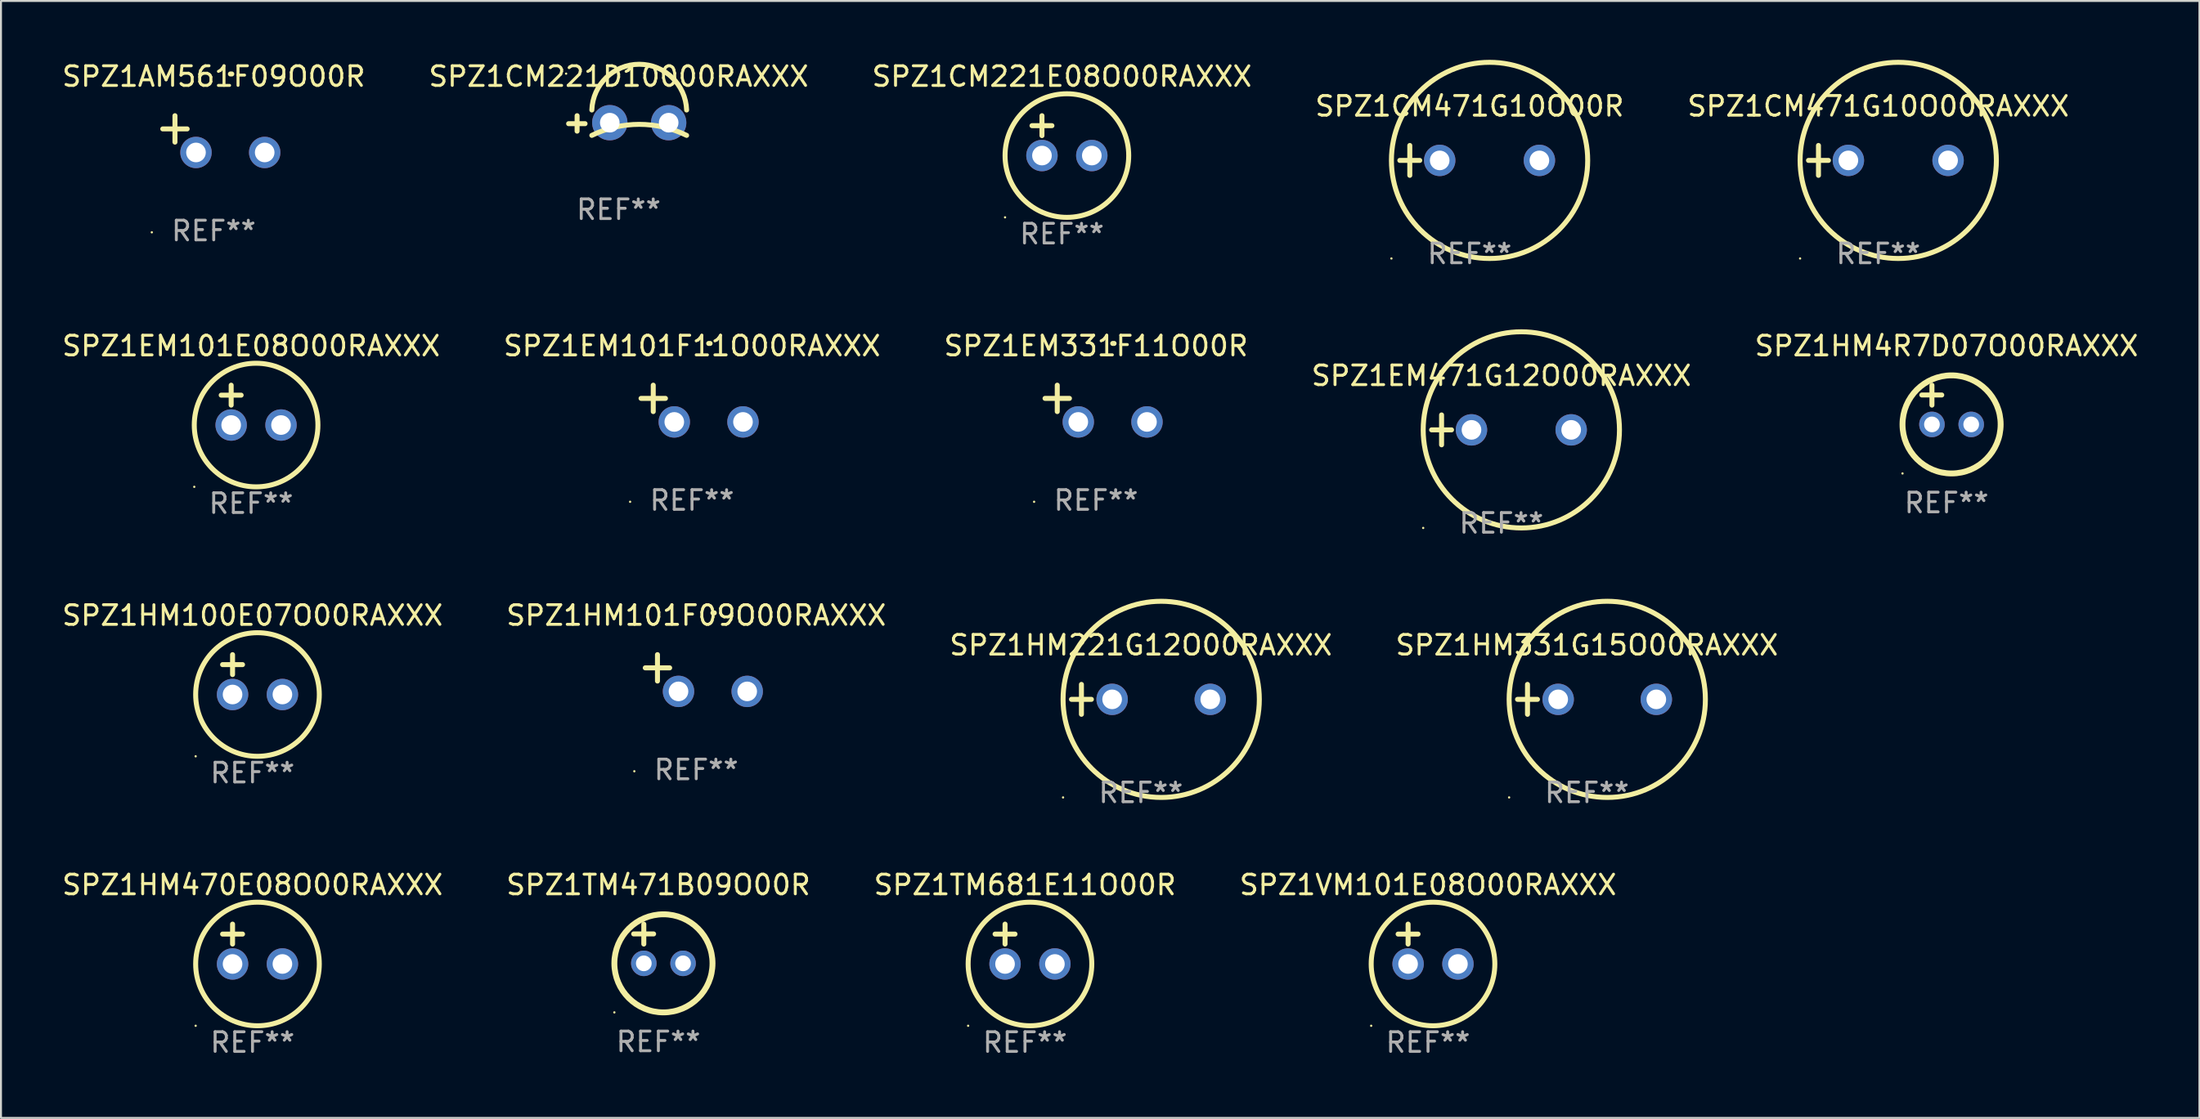
<source format=kicad_pcb>
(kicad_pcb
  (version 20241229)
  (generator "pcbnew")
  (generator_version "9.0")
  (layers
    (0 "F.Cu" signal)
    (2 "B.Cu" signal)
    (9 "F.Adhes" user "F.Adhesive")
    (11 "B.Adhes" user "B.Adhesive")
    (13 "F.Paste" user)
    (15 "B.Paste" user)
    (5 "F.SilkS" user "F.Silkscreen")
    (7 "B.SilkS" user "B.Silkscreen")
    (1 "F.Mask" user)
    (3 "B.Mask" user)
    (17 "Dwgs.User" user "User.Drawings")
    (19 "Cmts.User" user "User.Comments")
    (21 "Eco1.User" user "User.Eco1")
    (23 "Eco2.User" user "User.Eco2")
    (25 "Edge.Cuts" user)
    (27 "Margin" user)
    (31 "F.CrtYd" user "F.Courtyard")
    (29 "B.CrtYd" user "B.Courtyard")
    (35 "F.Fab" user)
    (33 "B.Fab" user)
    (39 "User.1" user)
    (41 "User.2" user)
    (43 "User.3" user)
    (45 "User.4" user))
  (footprint "SPZ1HM221G12O00RAXXX"
    (layer "F.Cu")
    (at 55.077 32.602)
    (property "Reference" "SPZ1HM221G12O00RAXXX" (at 0 -2.762 0) (layer "F.SilkS") (effects (font (size 1 1) (thickness 0.15))))
    (attr through_hole)
    (fp_line (start -3.536 0) (end -2.52 0) (stroke (width 0.254) (type solid)) (layer "F.SilkS"))
    (fp_line (start -3.028 -0.762) (end -3.028 0.762) (stroke (width 0.254) (type solid)) (layer "F.SilkS"))
    (fp_circle (center -3.964 5) (end -3.934 5) (stroke (width 0.06) (type solid)) (fill no) (layer "F.SilkS"))
    (fp_circle (center 1.036 0) (end 6.036 0) (stroke (width 0.254) (type solid)) (fill no) (layer "F.SilkS"))
    (fp_text user "REF**" (at 0 4.762 0) (layer "F.Fab") (effects (font (size 1 1) (thickness 0.15))))
    (pad "1" thru_hole circle (at -1.464 0) (size 1.6 1.6) (drill 1) (layers "*.Cu" "*.Mask"))
    (pad "2" thru_hole circle (at 3.536 0) (size 1.6 1.6) (drill 1) (layers "*.Cu" "*.Mask")))
  (footprint "SPZ1EM101F11O00RAXXX"
    (layer "F.Cu")
    (at 32.208 17.522)
    (property "Reference" "SPZ1EM101F11O00RAXXX" (at 0 -2.937 0) (layer "F.SilkS") (effects (font (size 1 1) (thickness 0.15))))
    (attr through_hole)
    (fp_line (start -1.975 0.41) (end -1.975 -0.937) (stroke (width 0.254) (type solid)) (layer "F.SilkS"))
    (fp_line (start -1.353 -0.263) (end -2.597 -0.263) (stroke (width 0.254) (type solid)) (layer "F.SilkS"))
    (fp_arc (start 0.849809 -3.063957) (mid 0.885369 -3.064114) (end 0.920929 -3.063957) (stroke (width 0.254001) (type solid)) (layer "F.SilkS"))
    (fp_circle (center -3.154 5.008) (end -3.124 5.008) (stroke (width 0.06) (type solid)) (fill no) (layer "F.SilkS"))
    (fp_text user "REF**" (at 0 4.937 0) (layer "F.Fab") (effects (font (size 1 1) (thickness 0.15))))
    (pad "1" thru_hole circle (at -0.903 0.937) (size 1.6 1.6) (drill 1) (layers "*.Cu" "*.Mask"))
    (pad "2" thru_hole circle (at 2.597 0.937) (size 1.6 1.6) (drill 1) (layers "*.Cu" "*.Mask")))
  (footprint "SPZ1HM331G15O00RAXXX"
    (layer "F.Cu")
    (at 77.804 32.602)
    (property "Reference" "SPZ1HM331G15O00RAXXX" (at 0 -2.762 0) (layer "F.SilkS") (effects (font (size 1 1) (thickness 0.15))))
    (attr through_hole)
    (fp_line (start -3.536 0) (end -2.52 0) (stroke (width 0.254) (type solid)) (layer "F.SilkS"))
    (fp_line (start -3.028 -0.762) (end -3.028 0.762) (stroke (width 0.254) (type solid)) (layer "F.SilkS"))
    (fp_circle (center -3.964 5) (end -3.934 5) (stroke (width 0.06) (type solid)) (fill no) (layer "F.SilkS"))
    (fp_circle (center 1.036 0) (end 6.036 0) (stroke (width 0.254) (type solid)) (fill no) (layer "F.SilkS"))
    (fp_text user "REF**" (at 0 4.762 0) (layer "F.Fab") (effects (font (size 1 1) (thickness 0.15))))
    (pad "1" thru_hole circle (at -1.464 0) (size 1.6 1.6) (drill 1) (layers "*.Cu" "*.Mask"))
    (pad "2" thru_hole circle (at 3.536 0) (size 1.6 1.6) (drill 1) (layers "*.Cu" "*.Mask")))
  (footprint "SPZ1EM471G12O00RAXXX"
    (layer "F.Cu")
    (at 73.446 18.864)
    (property "Reference" "SPZ1EM471G12O00RAXXX" (at 0 -2.762 0) (layer "F.SilkS") (effects (font (size 1 1) (thickness 0.15))))
    (attr through_hole)
    (fp_line (start -3.556 0) (end -2.54 0) (stroke (width 0.254) (type solid)) (layer "F.SilkS"))
    (fp_line (start -3.048 -0.762) (end -3.048 0.762) (stroke (width 0.254) (type solid)) (layer "F.SilkS"))
    (fp_circle (center -3.984 5) (end -3.954 5) (stroke (width 0.06) (type solid)) (fill no) (layer "F.SilkS"))
    (fp_circle (center 1.016 0) (end 6.016 0) (stroke (width 0.254) (type solid)) (fill no) (layer "F.SilkS"))
    (fp_text user "REF**" (at 0 4.762 0) (layer "F.Fab") (effects (font (size 1 1) (thickness 0.15))))
    (pad "1" thru_hole circle (at -1.524 0) (size 1.6 1.6) (drill 1) (layers "*.Cu" "*.Mask"))
    (pad "2" thru_hole circle (at 3.556 0) (size 1.6 1.6) (drill 1) (layers "*.Cu" "*.Mask")))
  (footprint "SPZ1CM471G10O00R"
    (layer "F.Cu")
    (at 71.827 5.127)
    (property "Reference" "SPZ1CM471G10O00R" (at 0 -2.762 0) (layer "F.SilkS") (effects (font (size 1 1) (thickness 0.15))))
    (attr through_hole)
    (fp_line (start -3.556 0) (end -2.54 0) (stroke (width 0.254) (type solid)) (layer "F.SilkS"))
    (fp_line (start -3.048 -0.762) (end -3.048 0.762) (stroke (width 0.254) (type solid)) (layer "F.SilkS"))
    (fp_circle (center -3.984 5) (end -3.954 5) (stroke (width 0.06) (type solid)) (fill no) (layer "F.SilkS"))
    (fp_circle (center 1.016 0) (end 6.016 0) (stroke (width 0.254) (type solid)) (fill no) (layer "F.SilkS"))
    (fp_text user "REF**" (at 0 4.762 0) (layer "F.Fab") (effects (font (size 1 1) (thickness 0.15))))
    (pad "1" thru_hole circle (at -1.524 0) (size 1.6 1.6) (drill 1) (layers "*.Cu" "*.Mask"))
    (pad "2" thru_hole circle (at 3.556 0) (size 1.6 1.6) (drill 1) (layers "*.Cu" "*.Mask")))
  (footprint "SPZ1HM100E07O00RAXXX"
    (layer "F.Cu")
    (at 9.815 31.339)
    (property "Reference" "SPZ1HM100E07O00RAXXX" (at 0 -3.016 0) (layer "F.SilkS") (effects (font (size 1 1) (thickness 0.15))))
    (attr through_hole)
    (fp_line (start -1.524 -0.508) (end -0.508 -0.508) (stroke (width 0.254) (type solid)) (layer "F.SilkS"))
    (fp_line (start -1.016 -1.016) (end -1.016 0) (stroke (width 0.254) (type solid)) (layer "F.SilkS"))
    (fp_circle (center -2.896 4.166) (end -2.866 4.166) (stroke (width 0.06) (type solid)) (fill no) (layer "F.SilkS"))
    (fp_circle (center 0.254 1.016) (end 3.404 1.016) (stroke (width 0.254) (type solid)) (fill no) (layer "F.SilkS"))
    (fp_text user "REF**" (at 0 5.016 0) (layer "F.Fab") (effects (font (size 1 1) (thickness 0.15))))
    (pad "1" thru_hole circle (at -1.016 1.016) (size 1.6 1.6) (drill 1) (layers "*.Cu" "*.Mask"))
    (pad "2" thru_hole circle (at 1.524 1.016) (size 1.6 1.6) (drill 1) (layers "*.Cu" "*.Mask")))
  (footprint "SPZ1CM221D10000RAXXX"
    (layer "F.Cu")
    (at 28.47 3.242)
    (property "Reference" "SPZ1CM221D10000RAXXX" (at 0 -2.394 0) (layer "F.SilkS") (effects (font (size 1 1) (thickness 0.15))))
    (attr through_hole)
    (fp_line (start -2.117 0.394) (end -2.117 -0.394) (stroke (width 0.254) (type solid)) (layer "F.SilkS"))
    (fp_line (start -1.711 0.013) (end -2.549 0.013) (stroke (width 0.254) (type solid)) (layer "F.SilkS"))
    (fp_arc (start -1.366193 0.608941) (mid 1.048615 0.047743) (end 3.463424 0.60894) (stroke (width 0.254001) (type solid)) (layer "F.SilkS"))
    (fp_arc (start -1.366192 -0.685141) (mid 1.048616 -3.016259) (end 3.463424 -0.685141) (stroke (width 0.254001) (type solid)) (layer "F.SilkS"))
    (fp_circle (center -2.676 -2.538) (end -2.646 -2.538) (stroke (width 0.06) (type solid)) (fill no) (layer "F.SilkS"))
    (fp_text user "REF**" (at 0 4.394 0) (layer "F.Fab") (effects (font (size 1 1) (thickness 0.15))))
    (pad "1" thru_hole circle (at -0.451 -0.038) (size 1.8 1.8) (drill 1) (layers "*.Cu" "*.Mask"))
    (pad "2" thru_hole circle (at 2.549 -0.038) (size 1.8 1.8) (drill 1) (layers "*.Cu" "*.Mask")))
  (footprint "SPZ1VM101E08O00RAXXX"
    (layer "F.Cu")
    (at 69.708 45.076)
    (property "Reference" "SPZ1VM101E08O00RAXXX" (at 0 -3.016 0) (layer "F.SilkS") (effects (font (size 1 1) (thickness 0.15))))
    (attr through_hole)
    (fp_line (start -1.524 -0.508) (end -0.508 -0.508) (stroke (width 0.254) (type solid)) (layer "F.SilkS"))
    (fp_line (start -1.016 -1.016) (end -1.016 0) (stroke (width 0.254) (type solid)) (layer "F.SilkS"))
    (fp_circle (center -2.896 4.166) (end -2.866 4.166) (stroke (width 0.06) (type solid)) (fill no) (layer "F.SilkS"))
    (fp_circle (center 0.254 1.016) (end 3.404 1.016) (stroke (width 0.254) (type solid)) (fill no) (layer "F.SilkS"))
    (fp_text user "REF**" (at 0 5.016 0) (layer "F.Fab") (effects (font (size 1 1) (thickness 0.15))))
    (pad "1" thru_hole circle (at -1.016 1.016) (size 1.6 1.6) (drill 1) (layers "*.Cu" "*.Mask"))
    (pad "2" thru_hole circle (at 1.524 1.016) (size 1.6 1.6) (drill 1) (layers "*.Cu" "*.Mask")))
  (footprint "SPZ1TM471B09O00R"
    (layer "F.Cu")
    (at 30.494 45.06)
    (property "Reference" "SPZ1TM471B09O00R" (at 0 -3 0) (layer "F.SilkS") (effects (font (size 1 1) (thickness 0.15))))
    (attr through_hole)
    (fp_line (start -1.258 -0.5) (end -0.242 -0.5) (stroke (width 0.254) (type solid)) (layer "F.SilkS"))
    (fp_line (start -0.742 -1) (end -0.742 0.016) (stroke (width 0.254) (type solid)) (layer "F.SilkS"))
    (fp_circle (center -2.242 3.5) (end -2.212 3.5) (stroke (width 0.06) (type solid)) (fill no) (layer "F.SilkS"))
    (fp_circle (center 0.258 1) (end 2.758 1) (stroke (width 0.3) (type solid)) (fill no) (layer "F.SilkS"))
    (fp_text user "REF**" (at 0 5 0) (layer "F.Fab") (effects (font (size 1 1) (thickness 0.15))))
    (pad "1" thru_hole circle (at -0.742 1) (size 1.3 1.3) (drill 0.8) (layers "*.Cu" "*.Mask"))
    (pad "2" thru_hole circle (at 1.258 1) (size 1.3 1.3) (drill 0.8) (layers "*.Cu" "*.Mask")))
  (footprint "SPZ1TM681E11O00R"
    (layer "F.Cu")
    (at 49.173 45.076)
    (property "Reference" "SPZ1TM681E11O00R" (at 0 -3.016 0) (layer "F.SilkS") (effects (font (size 1 1) (thickness 0.15))))
    (attr through_hole)
    (fp_line (start -1.524 -0.508) (end -0.508 -0.508) (stroke (width 0.254) (type solid)) (layer "F.SilkS"))
    (fp_line (start -1.016 -1.016) (end -1.016 0) (stroke (width 0.254) (type solid)) (layer "F.SilkS"))
    (fp_circle (center -2.896 4.166) (end -2.866 4.166) (stroke (width 0.06) (type solid)) (fill no) (layer "F.SilkS"))
    (fp_circle (center 0.254 1.016) (end 3.404 1.016) (stroke (width 0.254) (type solid)) (fill no) (layer "F.SilkS"))
    (fp_text user "REF**" (at 0 5.016 0) (layer "F.Fab") (effects (font (size 1 1) (thickness 0.15))))
    (pad "1" thru_hole circle (at -1.016 1.016) (size 1.6 1.6) (drill 1) (layers "*.Cu" "*.Mask"))
    (pad "2" thru_hole circle (at 1.524 1.016) (size 1.6 1.6) (drill 1) (layers "*.Cu" "*.Mask")))
  (footprint "SPZ1EM331F11O00R"
    (layer "F.Cu")
    (at 52.792 17.522)
    (property "Reference" "SPZ1EM331F11O00R" (at 0 -2.937 0) (layer "F.SilkS") (effects (font (size 1 1) (thickness 0.15))))
    (attr through_hole)
    (fp_line (start -1.975 0.41) (end -1.975 -0.937) (stroke (width 0.254) (type solid)) (layer "F.SilkS"))
    (fp_line (start -1.353 -0.263) (end -2.597 -0.263) (stroke (width 0.254) (type solid)) (layer "F.SilkS"))
    (fp_arc (start 0.849809 -3.063957) (mid 0.885369 -3.064114) (end 0.920929 -3.063957) (stroke (width 0.254001) (type solid)) (layer "F.SilkS"))
    (fp_circle (center -3.154 5.008) (end -3.124 5.008) (stroke (width 0.06) (type solid)) (fill no) (layer "F.SilkS"))
    (fp_text user "REF**" (at 0 4.937 0) (layer "F.Fab") (effects (font (size 1 1) (thickness 0.15))))
    (pad "1" thru_hole circle (at -0.903 0.937) (size 1.6 1.6) (drill 1) (layers "*.Cu" "*.Mask"))
    (pad "2" thru_hole circle (at 2.597 0.937) (size 1.6 1.6) (drill 1) (layers "*.Cu" "*.Mask")))
  (footprint "SPZ1HM470E08O00RAXXX"
    (layer "F.Cu")
    (at 9.815 45.076)
    (property "Reference" "SPZ1HM470E08O00RAXXX" (at 0 -3.016 0) (layer "F.SilkS") (effects (font (size 1 1) (thickness 0.15))))
    (attr through_hole)
    (fp_line (start -1.524 -0.508) (end -0.508 -0.508) (stroke (width 0.254) (type solid)) (layer "F.SilkS"))
    (fp_line (start -1.016 -1.016) (end -1.016 0) (stroke (width 0.254) (type solid)) (layer "F.SilkS"))
    (fp_circle (center -2.896 4.166) (end -2.866 4.166) (stroke (width 0.06) (type solid)) (fill no) (layer "F.SilkS"))
    (fp_circle (center 0.254 1.016) (end 3.404 1.016) (stroke (width 0.254) (type solid)) (fill no) (layer "F.SilkS"))
    (fp_text user "REF**" (at 0 5.016 0) (layer "F.Fab") (effects (font (size 1 1) (thickness 0.15))))
    (pad "1" thru_hole circle (at -1.016 1.016) (size 1.6 1.6) (drill 1) (layers "*.Cu" "*.Mask"))
    (pad "2" thru_hole circle (at 1.524 1.016) (size 1.6 1.6) (drill 1) (layers "*.Cu" "*.Mask")))
  (footprint "SPZ1HM101F09O00RAXXX"
    (layer "F.Cu")
    (at 32.423 31.259)
    (property "Reference" "SPZ1HM101F09O00RAXXX" (at 0 -2.937 0) (layer "F.SilkS") (effects (font (size 1 1) (thickness 0.15))))
    (attr through_hole)
    (fp_line (start -1.975 0.41) (end -1.975 -0.937) (stroke (width 0.254) (type solid)) (layer "F.SilkS"))
    (fp_line (start -1.353 -0.263) (end -2.597 -0.263) (stroke (width 0.254) (type solid)) (layer "F.SilkS"))
    (fp_arc (start 0.849809 -3.063957) (mid 0.885369 -3.064114) (end 0.920929 -3.063957) (stroke (width 0.254001) (type solid)) (layer "F.SilkS"))
    (fp_circle (center -3.154 5.008) (end -3.124 5.008) (stroke (width 0.06) (type solid)) (fill no) (layer "F.SilkS"))
    (fp_text user "REF**" (at 0 4.937 0) (layer "F.Fab") (effects (font (size 1 1) (thickness 0.15))))
    (pad "1" thru_hole circle (at -0.903 0.937) (size 1.6 1.6) (drill 1) (layers "*.Cu" "*.Mask"))
    (pad "2" thru_hole circle (at 2.597 0.937) (size 1.6 1.6) (drill 1) (layers "*.Cu" "*.Mask")))
  (footprint "SPZ1EM101E08O00RAXXX"
    (layer "F.Cu")
    (at 9.744 17.602)
    (property "Reference" "SPZ1EM101E08O00RAXXX" (at 0 -3.016 0) (layer "F.SilkS") (effects (font (size 1 1) (thickness 0.15))))
    (attr through_hole)
    (fp_line (start -1.524 -0.508) (end -0.508 -0.508) (stroke (width 0.254) (type solid)) (layer "F.SilkS"))
    (fp_line (start -1.016 -1.016) (end -1.016 0) (stroke (width 0.254) (type solid)) (layer "F.SilkS"))
    (fp_circle (center -2.896 4.166) (end -2.866 4.166) (stroke (width 0.06) (type solid)) (fill no) (layer "F.SilkS"))
    (fp_circle (center 0.254 1.016) (end 3.404 1.016) (stroke (width 0.254) (type solid)) (fill no) (layer "F.SilkS"))
    (fp_text user "REF**" (at 0 5.016 0) (layer "F.Fab") (effects (font (size 1 1) (thickness 0.15))))
    (pad "1" thru_hole circle (at -1.016 1.016) (size 1.6 1.6) (drill 1) (layers "*.Cu" "*.Mask"))
    (pad "2" thru_hole circle (at 1.524 1.016) (size 1.6 1.6) (drill 1) (layers "*.Cu" "*.Mask")))
  (footprint "SPZ1HM4R7D07O00RAXXX"
    (layer "F.Cu")
    (at 96.125 17.586)
    (property "Reference" "SPZ1HM4R7D07O00RAXXX" (at 0 -3 0) (layer "F.SilkS") (effects (font (size 1 1) (thickness 0.15))))
    (attr through_hole)
    (fp_line (start -1.258 -0.5) (end -0.242 -0.5) (stroke (width 0.254) (type solid)) (layer "F.SilkS"))
    (fp_line (start -0.742 -1) (end -0.742 0.016) (stroke (width 0.254) (type solid)) (layer "F.SilkS"))
    (fp_circle (center -2.242 3.5) (end -2.212 3.5) (stroke (width 0.06) (type solid)) (fill no) (layer "F.SilkS"))
    (fp_circle (center 0.258 1) (end 2.758 1) (stroke (width 0.3) (type solid)) (fill no) (layer "F.SilkS"))
    (fp_text user "REF**" (at 0 5 0) (layer "F.Fab") (effects (font (size 1 1) (thickness 0.15))))
    (pad "1" thru_hole circle (at -0.742 1) (size 1.3 1.3) (drill 0.8) (layers "*.Cu" "*.Mask"))
    (pad "2" thru_hole circle (at 1.258 1) (size 1.3 1.3) (drill 0.8) (layers "*.Cu" "*.Mask")))
  (footprint "SPZ1CM221E08O00RAXXX"
    (layer "F.Cu")
    (at 51.054 3.864)
    (property "Reference" "SPZ1CM221E08O00RAXXX" (at 0 -3.016 0) (layer "F.SilkS") (effects (font (size 1 1) (thickness 0.15))))
    (attr through_hole)
    (fp_line (start -1.524 -0.508) (end -0.508 -0.508) (stroke (width 0.254) (type solid)) (layer "F.SilkS"))
    (fp_line (start -1.016 -1.016) (end -1.016 0) (stroke (width 0.254) (type solid)) (layer "F.SilkS"))
    (fp_circle (center -2.896 4.166) (end -2.866 4.166) (stroke (width 0.06) (type solid)) (fill no) (layer "F.SilkS"))
    (fp_circle (center 0.254 1.016) (end 3.404 1.016) (stroke (width 0.254) (type solid)) (fill no) (layer "F.SilkS"))
    (fp_text user "REF**" (at 0 5.016 0) (layer "F.Fab") (effects (font (size 1 1) (thickness 0.15))))
    (pad "1" thru_hole circle (at -1.016 1.016) (size 1.6 1.6) (drill 1) (layers "*.Cu" "*.Mask"))
    (pad "2" thru_hole circle (at 1.524 1.016) (size 1.6 1.6) (drill 1) (layers "*.Cu" "*.Mask")))
  (footprint "SPZ1AM561F09O00R"
    (layer "F.Cu")
    (at 7.839 3.785)
    (property "Reference" "SPZ1AM561F09O00R" (at 0 -2.937 0) (layer "F.SilkS") (effects (font (size 1 1) (thickness 0.15))))
    (attr through_hole)
    (fp_line (start -1.975 0.41) (end -1.975 -0.937) (stroke (width 0.254) (type solid)) (layer "F.SilkS"))
    (fp_line (start -1.353 -0.263) (end -2.597 -0.263) (stroke (width 0.254) (type solid)) (layer "F.SilkS"))
    (fp_arc (start 0.849809 -3.063957) (mid 0.885369 -3.064114) (end 0.920929 -3.063957) (stroke (width 0.254001) (type solid)) (layer "F.SilkS"))
    (fp_circle (center -3.154 5.008) (end -3.124 5.008) (stroke (width 0.06) (type solid)) (fill no) (layer "F.SilkS"))
    (fp_text user "REF**" (at 0 4.937 0) (layer "F.Fab") (effects (font (size 1 1) (thickness 0.15))))
    (pad "1" thru_hole circle (at -0.903 0.937) (size 1.6 1.6) (drill 1) (layers "*.Cu" "*.Mask"))
    (pad "2" thru_hole circle (at 2.597 0.937) (size 1.6 1.6) (drill 1) (layers "*.Cu" "*.Mask")))
  (footprint "SPZ1CM471G10O00RAXXX"
    (layer "F.Cu")
    (at 92.649 5.127)
    (property "Reference" "SPZ1CM471G10O00RAXXX" (at 0 -2.762 0) (layer "F.SilkS") (effects (font (size 1 1) (thickness 0.15))))
    (attr through_hole)
    (fp_line (start -3.556 0) (end -2.54 0) (stroke (width 0.254) (type solid)) (layer "F.SilkS"))
    (fp_line (start -3.048 -0.762) (end -3.048 0.762) (stroke (width 0.254) (type solid)) (layer "F.SilkS"))
    (fp_circle (center -3.984 5) (end -3.954 5) (stroke (width 0.06) (type solid)) (fill no) (layer "F.SilkS"))
    (fp_circle (center 1.016 0) (end 6.016 0) (stroke (width 0.254) (type solid)) (fill no) (layer "F.SilkS"))
    (fp_text user "REF**" (at 0 4.762 0) (layer "F.Fab") (effects (font (size 1 1) (thickness 0.15))))
    (pad "1" thru_hole circle (at -1.524 0) (size 1.6 1.6) (drill 1) (layers "*.Cu" "*.Mask"))
    (pad "2" thru_hole circle (at 3.556 0) (size 1.6 1.6) (drill 1) (layers "*.Cu" "*.Mask")))
  (gr_rect
    (start -3 -3)
    (end 109.012 53.94)
    (stroke (width 0.1) (type default))
    (fill no)
    (layer "Edge.Cuts")))
</source>
